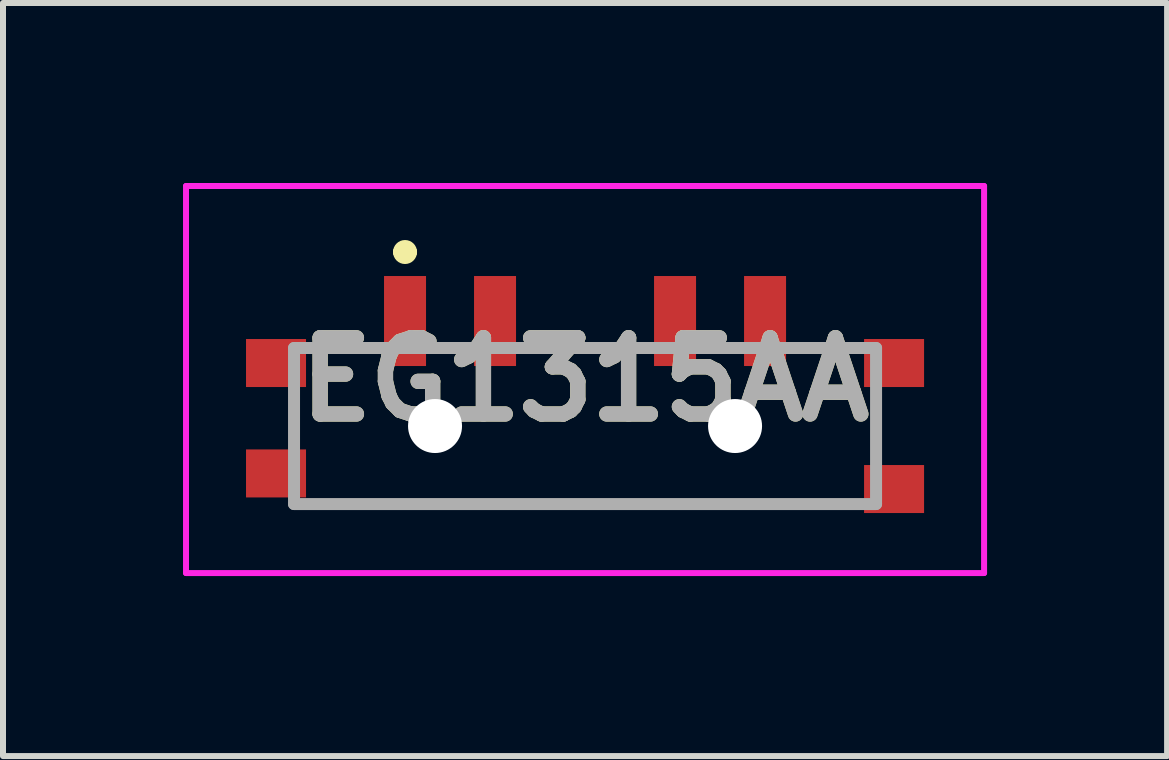
<source format=kicad_pcb>
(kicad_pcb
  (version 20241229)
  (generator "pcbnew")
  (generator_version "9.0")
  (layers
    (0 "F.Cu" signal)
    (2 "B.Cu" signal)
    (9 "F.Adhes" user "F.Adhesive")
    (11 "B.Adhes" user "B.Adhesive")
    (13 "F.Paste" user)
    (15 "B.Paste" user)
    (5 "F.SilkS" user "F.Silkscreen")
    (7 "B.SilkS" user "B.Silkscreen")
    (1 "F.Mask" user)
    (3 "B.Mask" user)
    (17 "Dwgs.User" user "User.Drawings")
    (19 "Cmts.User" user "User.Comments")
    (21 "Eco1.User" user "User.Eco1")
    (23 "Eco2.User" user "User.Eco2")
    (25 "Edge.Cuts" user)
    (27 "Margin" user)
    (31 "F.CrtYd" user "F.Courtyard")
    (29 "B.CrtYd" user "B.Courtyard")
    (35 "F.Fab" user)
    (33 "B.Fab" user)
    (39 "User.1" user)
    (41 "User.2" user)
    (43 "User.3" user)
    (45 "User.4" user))
  (footprint "EG1315AA"
    (layer "F.Cu")
    (at 6.7 4.05)
    (property "Reference" "EG1315AA" (at 0 -0.775 0) (layer "F.SilkS") (effects (font (size 1.27 1.27) (thickness 0.254))))
    (attr through_hole)
    (fp_line (start -4.5 -1.3) (end -3.6 -1.3) (stroke (width 0.1) (type solid)) (layer "F.SilkS"))
    (fp_line (start -4.2 1.3) (end 4.2 1.3) (stroke (width 0.1) (type solid)) (layer "F.SilkS"))
    (fp_line (start -3.1 -2.9) (end -3.1 -2.9) (stroke (width 0.2) (type solid)) (layer "F.SilkS"))
    (fp_line (start -2.9 -2.9) (end -2.9 -2.9) (stroke (width 0.2) (type solid)) (layer "F.SilkS"))
    (fp_line (start -0.9 -1.3) (end 0.9 -1.3) (stroke (width 0.1) (type solid)) (layer "F.SilkS"))
    (fp_line (start 3.6 -1.3) (end 4.5 -1.3) (stroke (width 0.1) (type solid)) (layer "F.SilkS"))
    (fp_arc (start -3.1 -2.9) (mid -3 -3) (end -2.9 -2.9) (stroke (width 0.2) (type solid)) (layer "F.SilkS"))
    (fp_arc (start -2.9 -2.9) (mid -3 -2.8) (end -3.1 -2.9) (stroke (width 0.2) (type solid)) (layer "F.SilkS"))
    (fp_line (start -6.65 -4) (end 6.65 -4) (stroke (width 0.1) (type solid)) (layer "F.CrtYd"))
    (fp_line (start -6.65 2.45) (end -6.65 -4) (stroke (width 0.1) (type solid)) (layer "F.CrtYd"))
    (fp_line (start 6.65 -4) (end 6.65 2.45) (stroke (width 0.1) (type solid)) (layer "F.CrtYd"))
    (fp_line (start 6.65 2.45) (end -6.65 2.45) (stroke (width 0.1) (type solid)) (layer "F.CrtYd"))
    (fp_line (start -4.85 -1.3) (end 4.85 -1.3) (stroke (width 0.2) (type solid)) (layer "F.Fab"))
    (fp_line (start -4.85 1.3) (end -4.85 -1.3) (stroke (width 0.2) (type solid)) (layer "F.Fab"))
    (fp_line (start 4.85 -1.3) (end 4.85 1.3) (stroke (width 0.2) (type solid)) (layer "F.Fab"))
    (fp_line (start 4.85 1.3) (end -4.85 1.3) (stroke (width 0.2) (type solid)) (layer "F.Fab"))
    (fp_text user "${REFERENCE}" (at 0 -0.775 0) (layer "F.Fab") (effects (font (size 1.27 1.27) (thickness 0.254))))
    (pad "" np_thru_hole circle (at -2.5 0) (size 0.9 0.9) (drill 0.9) (layers "*.Cu" "*.Mask"))
    (pad "" np_thru_hole circle (at 2.5 0) (size 0.9 0.9) (drill 0.9) (layers "*.Cu" "*.Mask"))
    (pad "1" smd rect (at -3 -1.75) (size 0.7 1.5) (layers "F.Cu" "F.Mask" "F.Paste"))
    (pad "2" smd rect (at -1.5 -1.75) (size 0.7 1.5) (layers "F.Cu" "F.Mask" "F.Paste"))
    (pad "3" smd rect (at 1.5 -1.75) (size 0.7 1.5) (layers "F.Cu" "F.Mask" "F.Paste"))
    (pad "4" smd rect (at 3 -1.75) (size 0.7 1.5) (layers "F.Cu" "F.Mask" "F.Paste"))
    (pad "MP1" smd rect (at -5.15 -1.05 90) (size 0.8 1) (layers "F.Cu" "F.Mask" "F.Paste"))
    (pad "MP2" smd rect (at -5.15 0.79 90) (size 0.8 1) (layers "F.Cu" "F.Mask" "F.Paste"))
    (pad "MP3" smd rect (at 5.15 1.05 90) (size 0.8 1) (layers "F.Cu" "F.Mask" "F.Paste"))
    (pad "MP4" smd rect (at 5.15 -1.05 90) (size 0.8 1) (layers "F.Cu" "F.Mask" "F.Paste")))
  (gr_rect
    (start -3 -3)
    (end 16.4 9.55)
    (stroke (width 0.1) (type default))
    (fill no)
    (layer "Edge.Cuts")))
</source>
